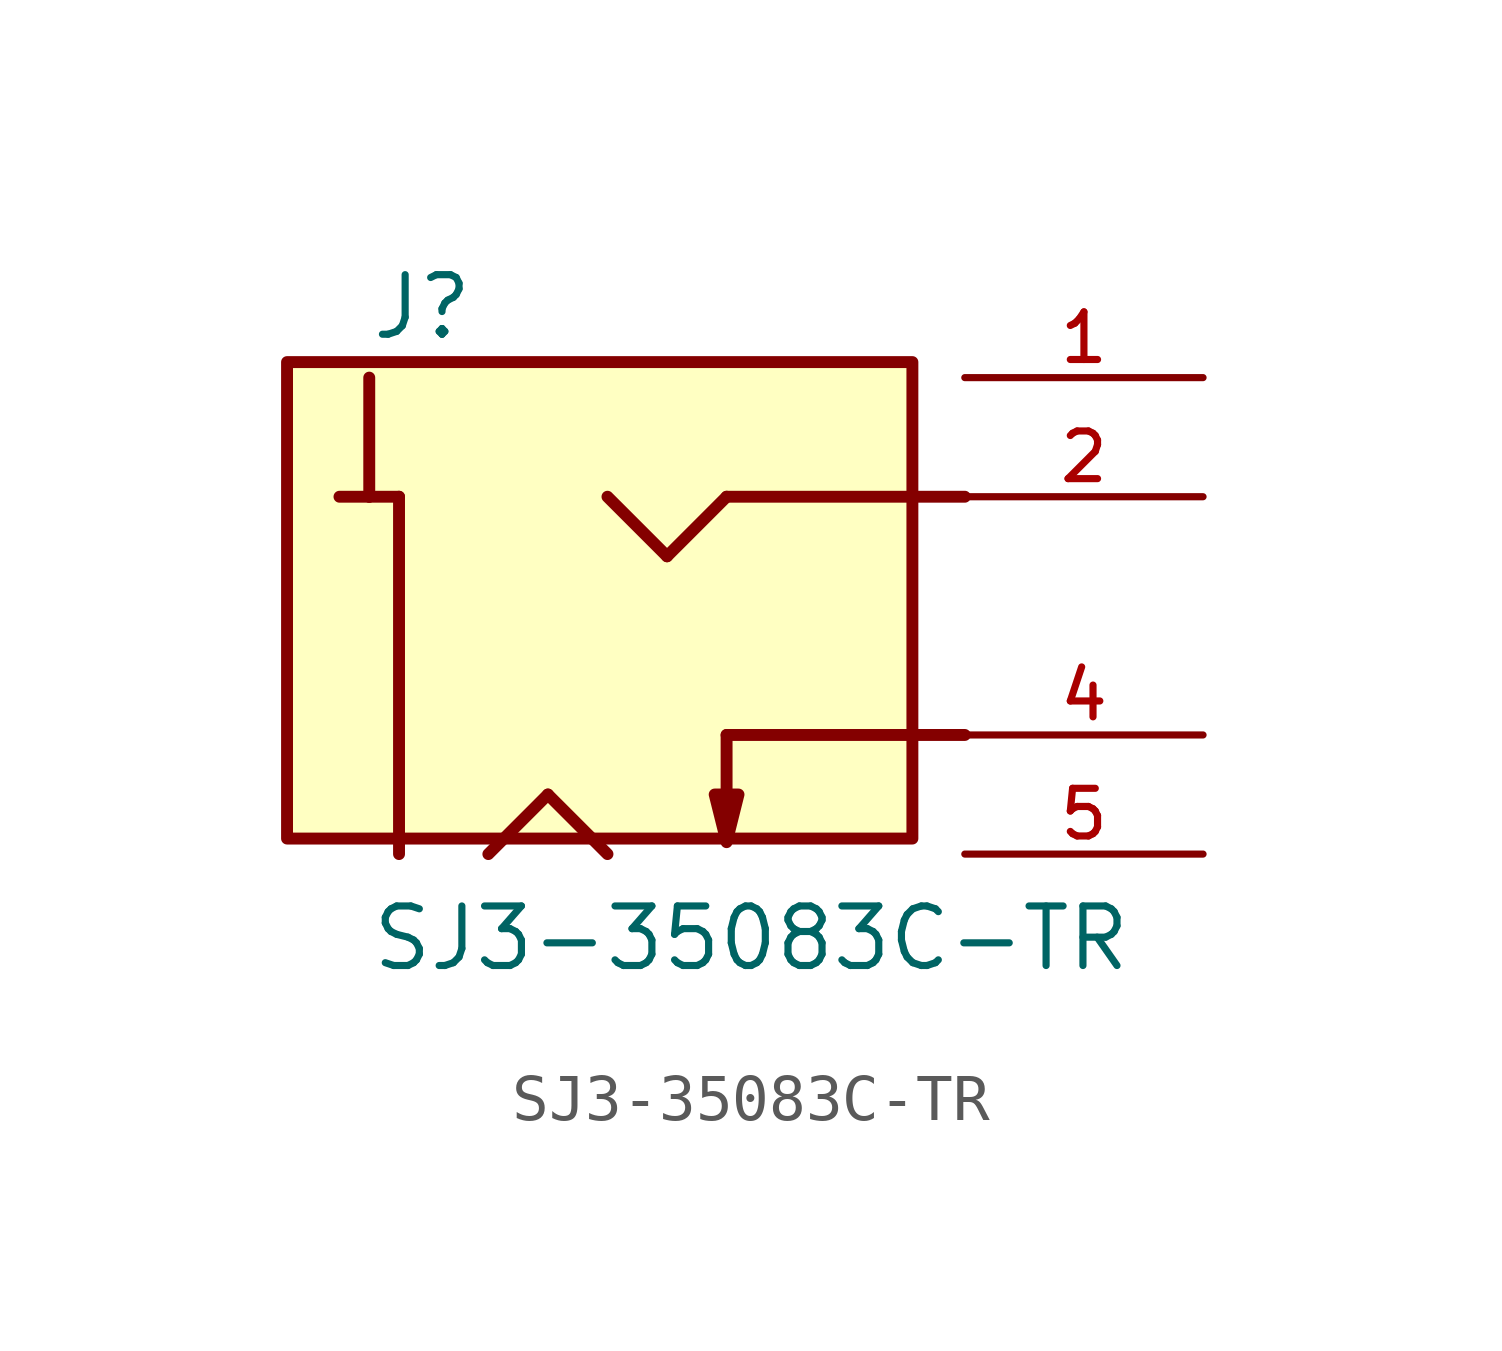
<source format=kicad_sym>
(kicad_symbol_lib
  (version 20211014)
  (generator kicad_symbol_editor)
  (symbol "SJ3-35083C-TR"
    (pin_names
      (offset 1.016))
    (property "Reference" "J"
      (at -7.62 5.842 0)
      (effects (font (size 1.27 1.27)) (justify bottom left)))
    (property "Value" "SJ3-35083C-TR"
      (at -7.62 -7.62 0)
      (effects (font (size 1.27 1.27)) (justify bottom left)))
    (symbol "SJ3-35083C-TR_0_0"
      (polyline (pts (xy -7.62 5.08) (xy -7.62 2.54)) (stroke (width 0.254)))
      (polyline (pts (xy -7.62 2.54) (xy -6.985 2.54)) (stroke (width 0.254)))
      (polyline (pts (xy -6.985 2.54) (xy -6.985 -5.08)) (stroke (width 0.254)))
      (polyline (pts (xy -8.255 2.54) (xy -7.62 2.54)) (stroke (width 0.254)))
      (polyline (pts (xy 0.0 2.54) (xy 5.08 2.54)) (stroke (width 0.254)))
      (polyline (pts (xy -2.54 2.54) (xy -1.27 1.27)) (stroke (width 0.254)))
      (polyline (pts (xy -1.27 1.27) (xy 0.0 2.54)) (stroke (width 0.254)))
      (polyline (pts (xy -5.08 -5.08) (xy -3.81 -3.81)) (stroke (width 0.254)))
      (polyline (pts (xy -3.81 -3.81) (xy -2.54 -5.08)) (stroke (width 0.254)))
      (polyline (pts (xy 0.0 -4.826) (xy 0.254 -3.81) (xy -0.254 -3.81) (xy 0.0 -4.826)) (stroke (width 0.254)) (fill (type outline)))
      (polyline (pts (xy 0.0 -2.54) (xy 5.08 -2.54)) (stroke (width 0.254)))
      (polyline (pts (xy 0.0 -2.54) (xy 0.0 -3.81)) (stroke (width 0.254)))
      (rectangle (start -9.373 -4.749) (end 3.962 5.411) (stroke (width 0.254)) (fill (type background)))
      (pin passive line (at 10.16 5.08 180.0) (length 5.08) (name "~" (effects (font (size 1.016 1.016)))) (number "1" (effects (font (size 1.016 1.016)))))
      (pin passive line (at 10.16 2.54 180.0) (length 5.08) (name "~" (effects (font (size 1.016 1.016)))) (number "2" (effects (font (size 1.016 1.016)))))
      (pin passive line (at 10.16 -5.08 180.0) (length 5.08) (name "~" (effects (font (size 1.016 1.016)))) (number "5" (effects (font (size 1.016 1.016)))))
      (pin passive line (at 10.16 -2.54 180.0) (length 5.08) (name "~" (effects (font (size 1.016 1.016)))) (number "4" (effects (font (size 1.016 1.016))))))))
</source>
